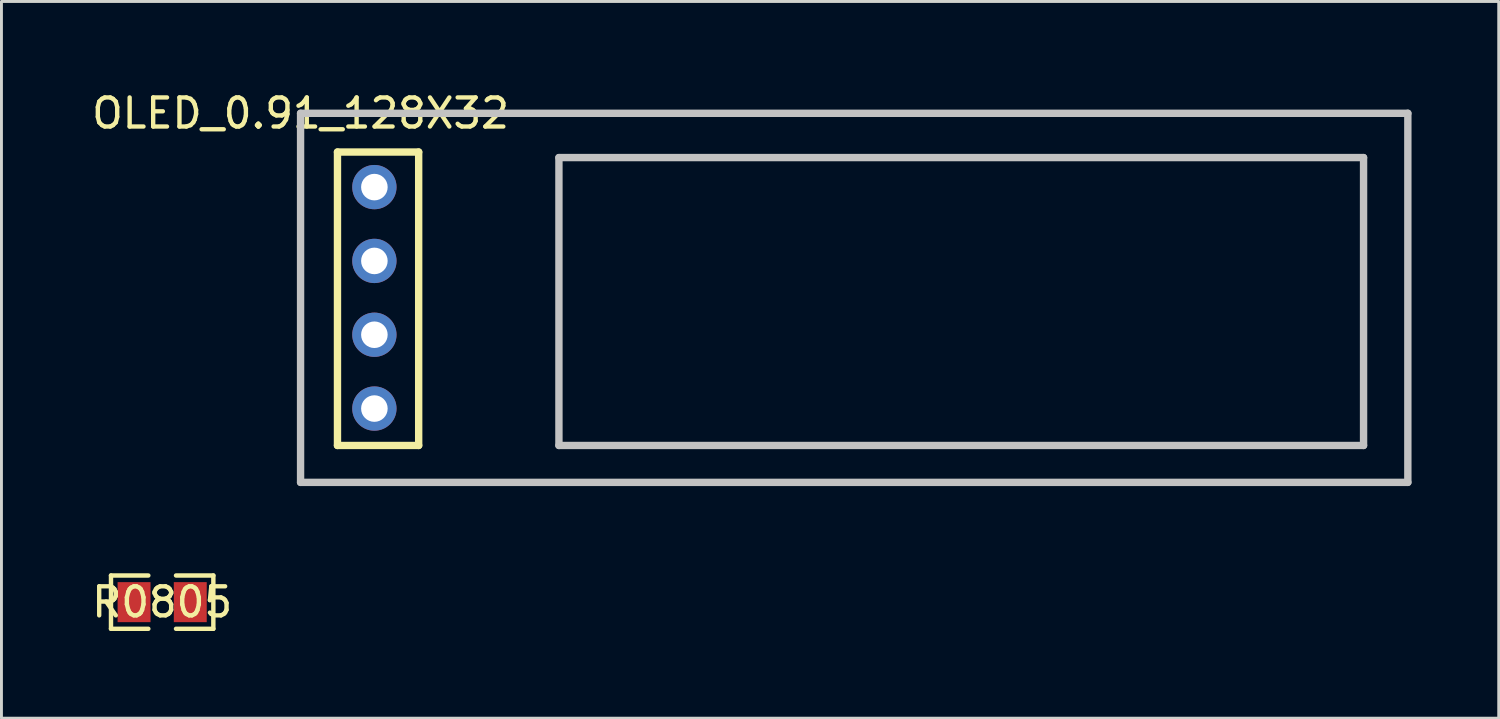
<source format=kicad_pcb>
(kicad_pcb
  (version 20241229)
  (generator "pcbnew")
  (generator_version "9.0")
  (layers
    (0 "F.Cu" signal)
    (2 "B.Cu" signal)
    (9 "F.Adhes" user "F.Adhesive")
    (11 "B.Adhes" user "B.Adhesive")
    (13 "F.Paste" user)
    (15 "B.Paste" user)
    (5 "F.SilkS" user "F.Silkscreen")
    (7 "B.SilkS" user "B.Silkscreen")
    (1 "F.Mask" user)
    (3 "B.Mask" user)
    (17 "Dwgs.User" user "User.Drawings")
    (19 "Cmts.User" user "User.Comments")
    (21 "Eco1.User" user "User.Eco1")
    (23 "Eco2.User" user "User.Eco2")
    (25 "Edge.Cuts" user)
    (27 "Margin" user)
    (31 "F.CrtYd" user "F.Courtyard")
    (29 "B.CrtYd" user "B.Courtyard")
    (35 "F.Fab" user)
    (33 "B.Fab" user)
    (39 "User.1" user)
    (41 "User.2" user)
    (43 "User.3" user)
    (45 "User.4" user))
  (footprint "OLED_0.91_128X32"
    (layer "F.Cu")
    (at 7.292 0.848)
    (property "Reference" "OLED_0.91_128X32" (at 0 0 0) (layer "F.SilkS") (effects (font (size 1 1) (thickness 0.15))))
    (fp_line (start 1.27 1.333) (end 4.064 1.333) (stroke (width 0.254) (type default)) (layer "F.SilkS"))
    (fp_line (start 1.27 11.43) (end 1.27 1.333) (stroke (width 0.254) (type default)) (layer "F.SilkS"))
    (fp_line (start 4.064 1.333) (end 4.064 11.43) (stroke (width 0.254) (type default)) (layer "F.SilkS"))
    (fp_line (start 4.064 11.43) (end 1.27 11.43) (stroke (width 0.254) (type default)) (layer "F.SilkS"))
    (fp_line (start 0 0) (end 0 12.7) (stroke (width 0.254) (type default)) (layer "Dwgs.User"))
    (fp_line (start 0 12.7) (end 38.1 12.7) (stroke (width 0.254) (type default)) (layer "Dwgs.User"))
    (fp_line (start 8.89 1.524) (end 8.89 11.43) (stroke (width 0.254) (type default)) (layer "Dwgs.User"))
    (fp_line (start 8.89 11.43) (end 36.576 11.43) (stroke (width 0.254) (type default)) (layer "Dwgs.User"))
    (fp_line (start 36.576 1.524) (end 8.89 1.524) (stroke (width 0.254) (type default)) (layer "Dwgs.User"))
    (fp_line (start 36.576 11.43) (end 36.576 1.524) (stroke (width 0.254) (type default)) (layer "Dwgs.User"))
    (fp_line (start 38.1 0) (end 0 0) (stroke (width 0.254) (type default)) (layer "Dwgs.User"))
    (fp_line (start 38.1 12.7) (end 38.1 0) (stroke (width 0.254) (type default)) (layer "Dwgs.User"))
    (pad "1" thru_hole circle (at 2.54 2.54) (size 1.524 1.524) (drill 0.914) (layers "*.Cu" "*.Mask"))
    (pad "2" thru_hole circle (at 2.54 5.08) (size 1.524 1.524) (drill 0.914) (layers "*.Cu" "*.Mask"))
    (pad "3" thru_hole circle (at 2.54 7.62) (size 1.524 1.524) (drill 0.914) (layers "*.Cu" "*.Mask"))
    (pad "4" thru_hole circle (at 2.54 10.16) (size 1.524 1.524) (drill 0.914) (layers "*.Cu" "*.Mask")))
  (footprint "R0805"
    (layer "F.Cu")
    (at 2.53 17.669)
    (property "Reference" "R0805" (at 0 0 0) (layer "F.SilkS") (effects (font (size 1 1) (thickness 0.15))))
    (fp_line (start -1.761 -0.917) (end -0.476 -0.917) (stroke (width 0.152) (type default)) (layer "F.SilkS"))
    (fp_line (start -1.761 0.917) (end -1.761 -0.917) (stroke (width 0.152) (type default)) (layer "F.SilkS"))
    (fp_line (start -0.476 0.917) (end -1.761 0.917) (stroke (width 0.152) (type default)) (layer "F.SilkS"))
    (fp_line (start 0.476 0.917) (end 1.761 0.917) (stroke (width 0.152) (type default)) (layer "F.SilkS"))
    (fp_line (start 1.761 -0.917) (end 0.476 -0.917) (stroke (width 0.152) (type default)) (layer "F.SilkS"))
    (fp_line (start 1.761 0.917) (end 1.761 -0.917) (stroke (width 0.152) (type default)) (layer "F.SilkS"))
    (fp_poly (pts (xy -1.7 0.64) (xy -1.7 -0.64) (xy -1.65 -0.69) (xy -0.5 -0.69) (xy -0.45 -0.64) (xy -0.445 -0.23) (xy -0.895 -0.23) (xy -0.895 0.22) (xy -0.455 0.22) (xy -0.45 0.64) (xy -0.5 0.69) (xy -1.65 0.69)) (stroke (width 0) (type default)) (fill yes) (layer "F.Paste"))
    (fp_poly (pts (xy 0.45 0.64) (xy 0.45 0.22) (xy 0.895 0.22) (xy 0.895 -0.23) (xy 0.455 -0.23) (xy 0.45 -0.64) (xy 0.5 -0.69) (xy 1.65 -0.69) (xy 1.7 -0.64) (xy 1.7 0.64) (xy 1.65 0.69) (xy 0.5 0.69)) (stroke (width 0) (type default)) (fill yes) (layer "F.Paste"))
    (fp_poly (pts (xy -1 0.637) (xy -1 -0.637) (xy -0.6 -0.637) (xy -0.6 0.637)) (stroke (width 0.1) (type default)) (fill no) (layer "User.1"))
    (fp_poly (pts (xy 1 0.637) (xy 1 -0.637) (xy 0.6 -0.637) (xy 0.6 0.637)) (stroke (width 0.1) (type default)) (fill no) (layer "User.1"))
    (fp_line (start -1 -0.637) (end 1 -0.637) (stroke (width 0.051) (type default)) (layer "User.2"))
    (fp_line (start -1 0.637) (end -1 -0.637) (stroke (width 0.051) (type default)) (layer "User.2"))
    (fp_line (start 1 -0.637) (end 1 0.637) (stroke (width 0.051) (type default)) (layer "User.2"))
    (fp_line (start 1 0.637) (end -1 0.637) (stroke (width 0.051) (type default)) (layer "User.2"))
    (fp_poly (pts (xy -0.94 0.637) (xy -0.958 0.595) (xy -1 0.578) (xy -1.042 0.595) (xy -1.06 0.637) (xy -1.042 0.68) (xy -1 0.698) (xy -0.958 0.68)) (stroke (width 0.1) (type default)) (fill no) (layer "User.3"))
    (pad "1" smd rect (at -0.967 0) (size 1.133 1.377) (layers "F.Cu" "F.Mask" "F.Paste"))
    (pad "2" smd rect (at 0.967 0) (size 1.133 1.377) (layers "F.Cu" "F.Mask" "F.Paste")))
  (gr_rect
    (start -3 -3)
    (end 48.519 21.662)
    (stroke (width 0.1) (type default))
    (fill no)
    (layer "Edge.Cuts")))
</source>
